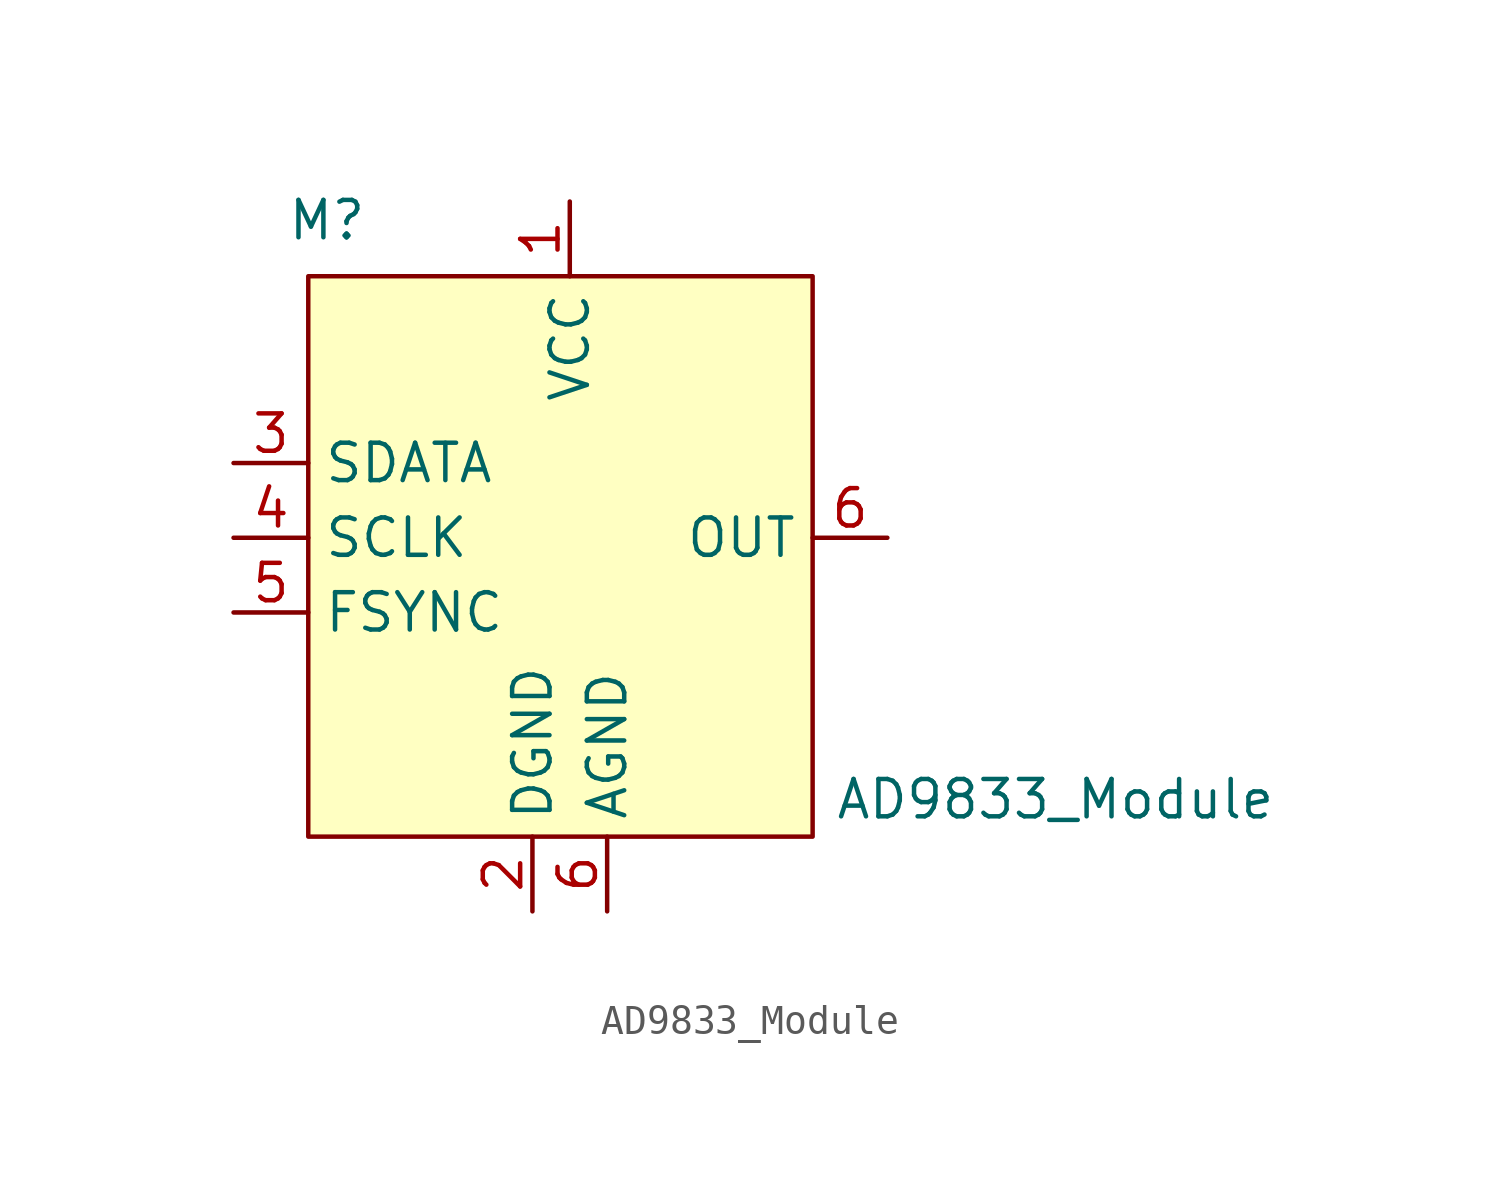
<source format=kicad_sym>
(kicad_symbol_lib
  (version 20220914)
  (generator kicad_symbol_editor)
  (symbol "AD9833_Module"
    (property "Reference" "M"
      (at -8.255 13.335 0)
      (effects (font (size 1.27 1.27))))
    (property "Value" "AD9833_Module"
      (at 16.51 -6.35 0)
      (effects (font (size 1.27 1.27))))
    (symbol "AD9833_Module_0_1"
      (rectangle (start -8.89 11.43) (end 8.255 -7.62) (stroke (width 0.152) (type default)) (fill (type background))))
    (symbol "AD9833_Module_1_1"
      (pin input line (at 0 13.97 270) (length 2.54) (name "VCC" (effects (font (size 1.27 1.27)))) (number "1" (effects (font (size 1.27 1.27)))))
      (pin input line (at -1.27 -10.16 90) (length 2.54) (name "DGND" (effects (font (size 1.27 1.27)))) (number "2" (effects (font (size 1.27 1.27)))))
      (pin input line (at -11.43 5.08 0) (length 2.54) (name "SDATA" (effects (font (size 1.27 1.27)))) (number "3" (effects (font (size 1.27 1.27)))))
      (pin input line (at -11.43 2.54 0) (length 2.54) (name "SCLK" (effects (font (size 1.27 1.27)))) (number "4" (effects (font (size 1.27 1.27)))))
      (pin input line (at -11.43 0 0) (length 2.54) (name "FSYNC" (effects (font (size 1.27 1.27)))) (number "5" (effects (font (size 1.27 1.27)))))
      (pin input line (at 1.27 -10.16 90) (length 2.54) (name "AGND" (effects (font (size 1.27 1.27)))) (number "6" (effects (font (size 1.27 1.27)))))
      (pin input line (at 10.795 2.54 180) (length 2.54) (name "OUT" (effects (font (size 1.27 1.27)))) (number "6" (effects (font (size 1.27 1.27))))))))
</source>
